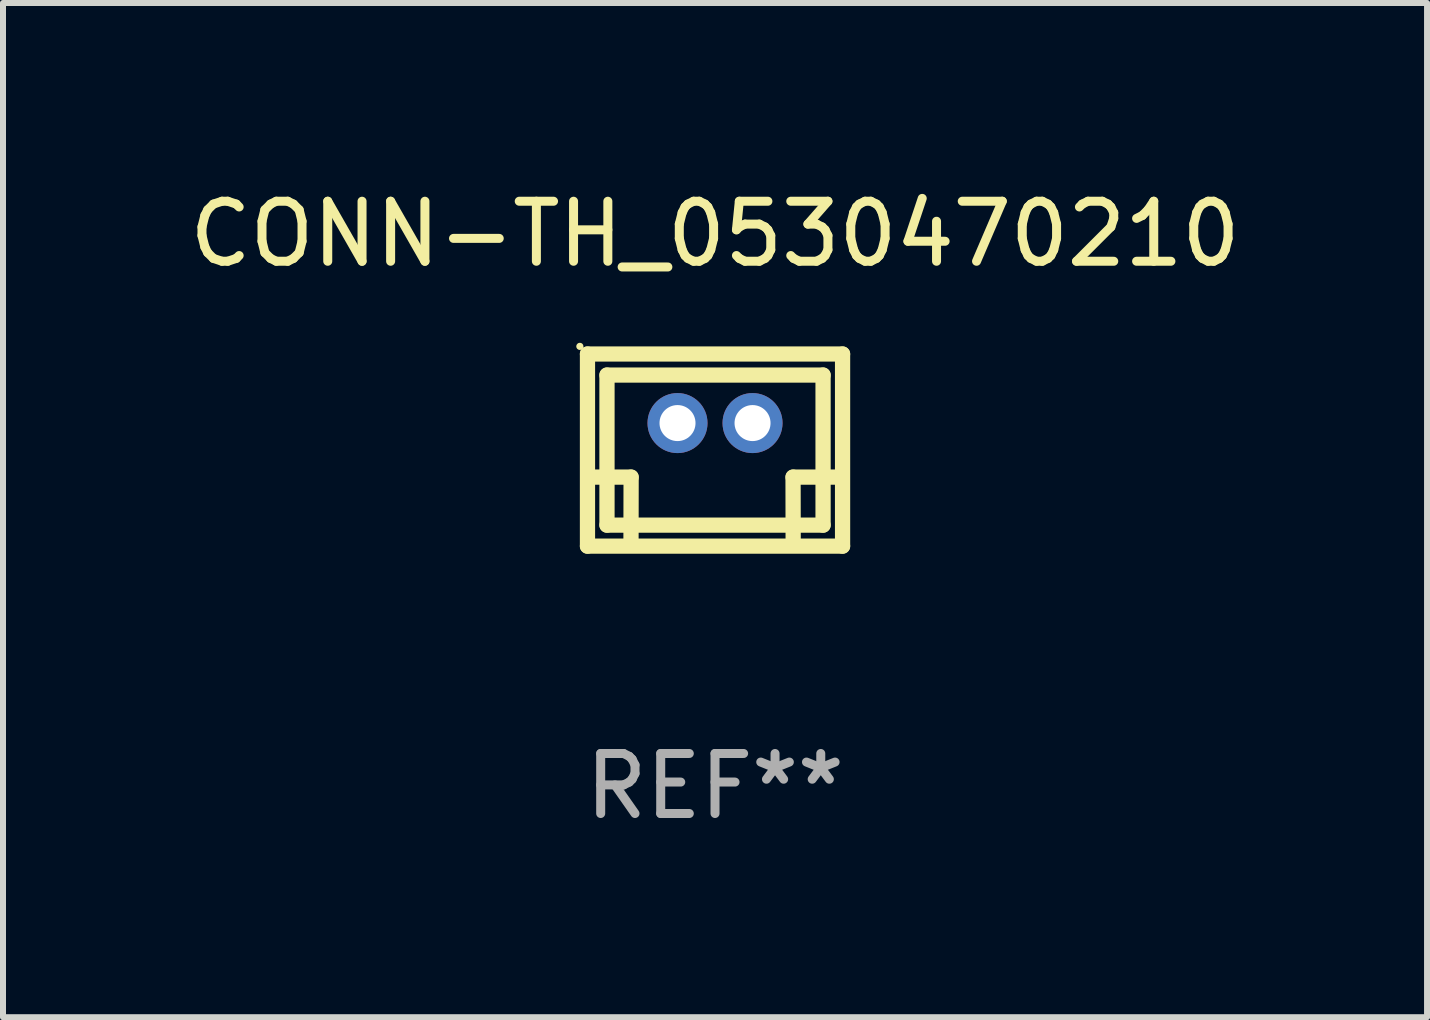
<source format=kicad_pcb>
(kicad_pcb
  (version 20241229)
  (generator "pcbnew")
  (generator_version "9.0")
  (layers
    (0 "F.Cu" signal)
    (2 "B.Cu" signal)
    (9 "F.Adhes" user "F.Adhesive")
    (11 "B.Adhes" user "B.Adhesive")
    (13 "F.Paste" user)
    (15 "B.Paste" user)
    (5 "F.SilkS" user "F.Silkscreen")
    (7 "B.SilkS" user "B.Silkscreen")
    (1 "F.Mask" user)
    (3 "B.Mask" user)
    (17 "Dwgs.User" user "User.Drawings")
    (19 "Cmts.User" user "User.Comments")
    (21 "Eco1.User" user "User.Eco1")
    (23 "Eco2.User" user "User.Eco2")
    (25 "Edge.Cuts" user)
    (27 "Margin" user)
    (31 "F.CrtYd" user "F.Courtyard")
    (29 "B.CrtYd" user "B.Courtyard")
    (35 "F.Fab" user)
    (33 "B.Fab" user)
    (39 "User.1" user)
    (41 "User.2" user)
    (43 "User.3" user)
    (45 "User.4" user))
  (footprint "CONN-TH_0530470210"
    (layer "F.Cu")
    (at 8.863 3.999)
    (property "Reference" "CONN-TH_0530470210" (at 0 -3.151 0) (layer "F.SilkS") (effects (font (size 1 1) (thickness 0.15))))
    (attr through_hole)
    (fp_line (start -2.125 -1.151) (end 2.125 -1.151) (stroke (width 0.254) (type solid)) (layer "F.SilkS"))
    (fp_line (start -2.125 2.05) (end -2.125 -1.15) (stroke (width 0.254) (type solid)) (layer "F.SilkS"))
    (fp_line (start -2.1 0.9) (end -1.398 0.9) (stroke (width 0.254) (type solid)) (layer "F.SilkS"))
    (fp_line (start -1.8 -0.8) (end 1.8 -0.8) (stroke (width 0.254) (type solid)) (layer "F.SilkS"))
    (fp_line (start -1.8 1.7) (end -1.8 -0.8) (stroke (width 0.254) (type solid)) (layer "F.SilkS"))
    (fp_line (start -1.398 0.9) (end -1.4 2) (stroke (width 0.254) (type solid)) (layer "F.SilkS"))
    (fp_line (start 1.3 0.9) (end 1.302 2) (stroke (width 0.254) (type solid)) (layer "F.SilkS"))
    (fp_line (start 1.8 -0.8) (end 1.8 1.7) (stroke (width 0.254) (type solid)) (layer "F.SilkS"))
    (fp_line (start 1.8 1.7) (end -1.8 1.7) (stroke (width 0.254) (type solid)) (layer "F.SilkS"))
    (fp_line (start 2.002 0.9) (end 1.3 0.9) (stroke (width 0.254) (type solid)) (layer "F.SilkS"))
    (fp_line (start 2.125 -1.15) (end 2.125 2.05) (stroke (width 0.254) (type solid)) (layer "F.SilkS"))
    (fp_line (start 2.125 2.05) (end -2.125 2.05) (stroke (width 0.254) (type solid)) (layer "F.SilkS"))
    (fp_circle (center -2.252 -1.278) (end -2.222 -1.278) (stroke (width 0.06) (type solid)) (fill no) (layer "F.SilkS"))
    (fp_text user "REF**" (at 0 6.05 0) (layer "F.Fab") (effects (font (size 1 1) (thickness 0.15))))
    (pad "1" thru_hole circle (at -0.625 -0.000102) (size 1 1) (drill 0.6) (layers "*.Cu" "*.Mask"))
    (pad "2" thru_hole circle (at 0.625 -0.000102) (size 1 1) (drill 0.6) (layers "*.Cu" "*.Mask")))
  (gr_rect
    (start -3 -3)
    (end 20.726 13.897)
    (stroke (width 0.1) (type default))
    (fill no)
    (layer "Edge.Cuts")))
</source>
